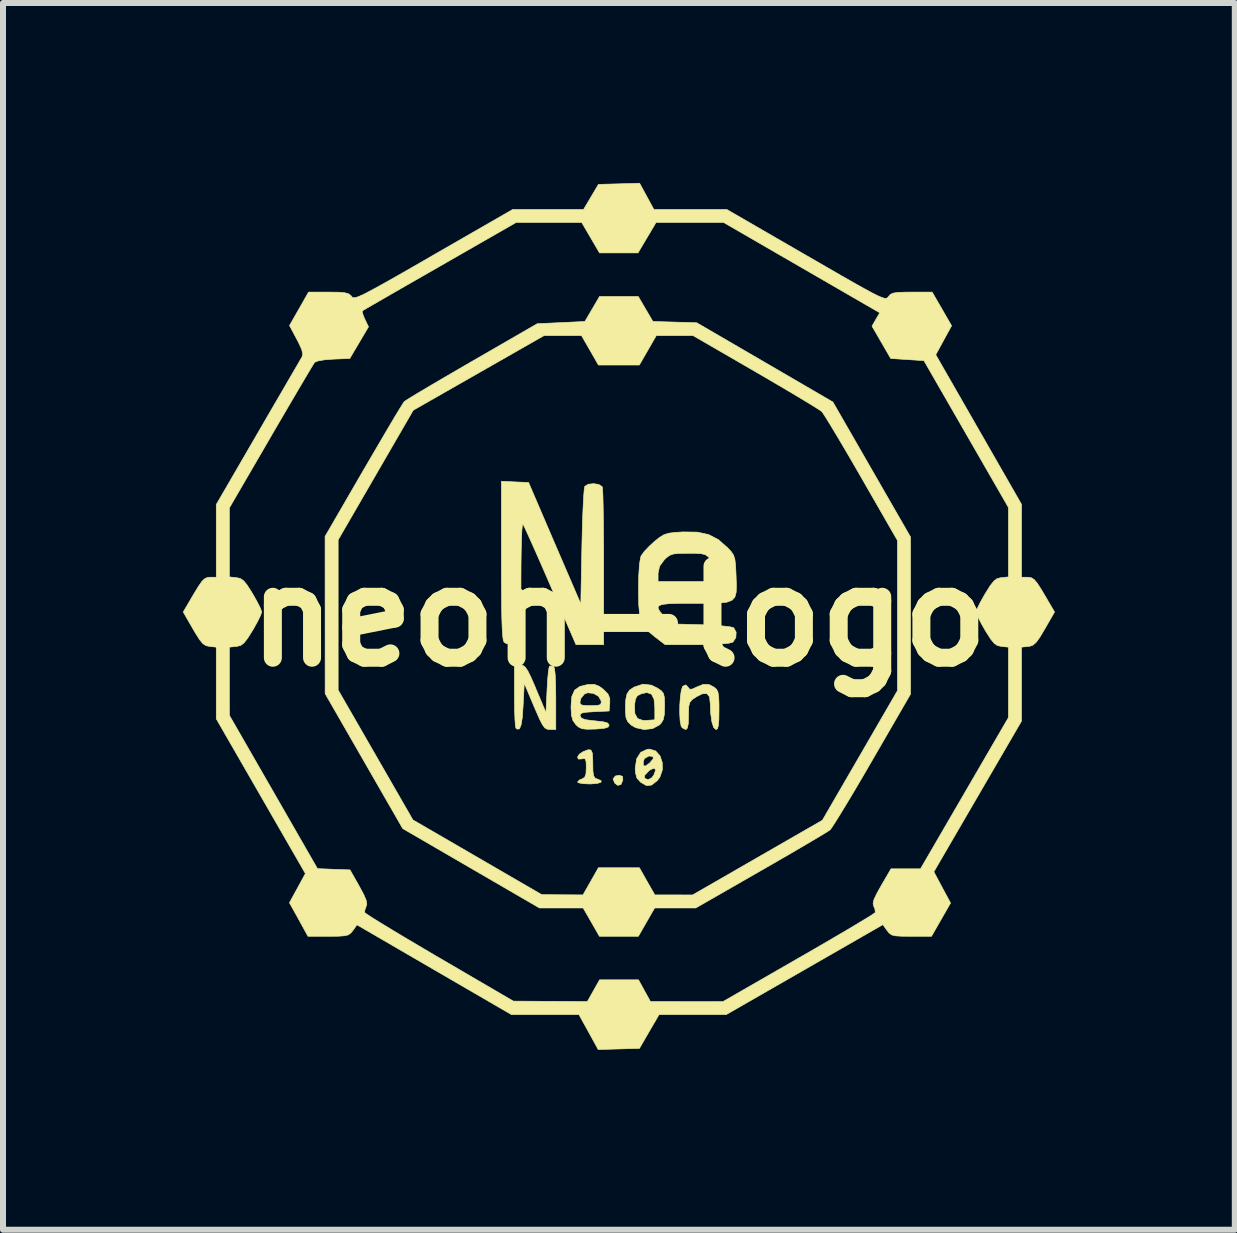
<source format=kicad_pcb>
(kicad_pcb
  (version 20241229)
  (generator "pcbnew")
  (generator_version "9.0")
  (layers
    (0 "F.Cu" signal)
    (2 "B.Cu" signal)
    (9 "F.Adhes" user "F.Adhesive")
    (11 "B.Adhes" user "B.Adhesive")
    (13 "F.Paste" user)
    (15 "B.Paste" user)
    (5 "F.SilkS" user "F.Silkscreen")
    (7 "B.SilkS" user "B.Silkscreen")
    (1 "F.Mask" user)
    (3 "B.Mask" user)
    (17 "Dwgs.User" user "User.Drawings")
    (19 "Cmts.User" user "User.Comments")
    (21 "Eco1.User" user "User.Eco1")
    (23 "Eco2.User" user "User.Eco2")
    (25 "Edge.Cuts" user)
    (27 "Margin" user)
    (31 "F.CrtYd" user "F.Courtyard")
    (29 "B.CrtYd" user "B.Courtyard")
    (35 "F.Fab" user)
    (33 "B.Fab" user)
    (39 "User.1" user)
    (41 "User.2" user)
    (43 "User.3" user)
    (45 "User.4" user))
  (footprint "neon-logo"
    (layer "F.Cu")
    (at 7.269 7.227)
    (property "Reference" "neon-logo" (at 0 0 0) (layer "F.SilkS") (effects (font (size 1.524 1.524) (thickness 0.3))))
    (attr through_hole)
    (fp_poly (pts (xy 0.06 2.667) (xy 0.066 2.728) (xy 0.034 2.804) (xy -0.02 2.817) (xy -0.07 2.779) (xy -0.097 2.71) (xy -0.06 2.662) (xy 0.005 2.649) (xy 0.06 2.667)) (stroke (width 0.01) (type solid)) (fill yes) (layer "F.SilkS"))
    (fp_poly (pts (xy -0.467 2.228) (xy -0.443 2.279) (xy -0.436 2.387) (xy -0.435 2.453) (xy -0.433 2.583) (xy -0.421 2.659) (xy -0.396 2.697) (xy -0.363 2.711) (xy -0.297 2.738) (xy -0.297 2.764) (xy -0.355 2.784) (xy -0.465 2.794) (xy -0.49 2.794) (xy -0.599 2.789) (xy -0.672 2.775) (xy -0.689 2.762) (xy -0.659 2.728) (xy -0.617 2.711) (xy -0.571 2.685) (xy -0.549 2.627) (xy -0.544 2.523) (xy -0.547 2.421) (xy -0.562 2.376) (xy -0.597 2.371) (xy -0.617 2.377) (xy -0.676 2.379) (xy -0.69 2.347) (xy -0.661 2.299) (xy -0.597 2.256) (xy -0.515 2.224) (xy -0.467 2.228)) (stroke (width 0.01) (type solid)) (fill yes) (layer "F.SilkS"))
    (fp_poly (pts (xy -1.645 0.805) (xy -1.6 0.817) (xy -1.56 0.848) (xy -1.519 0.909) (xy -1.467 1.013) (xy -1.398 1.171) (xy -1.382 1.211) (xy -1.216 1.605) (xy -1.197 1.211) (xy -1.188 1.053) (xy -1.176 0.926) (xy -1.163 0.846) (xy -1.152 0.826) (xy -1.092 0.835) (xy -1.089 0.835) (xy -1.074 0.87) (xy -1.062 0.971) (xy -1.055 1.132) (xy -1.052 1.345) (xy -1.052 1.361) (xy -1.052 1.887) (xy -1.152 1.886) (xy -1.197 1.881) (xy -1.235 1.859) (xy -1.274 1.808) (xy -1.321 1.716) (xy -1.384 1.573) (xy -1.415 1.501) (xy -1.578 1.115) (xy -1.597 1.489) (xy -1.61 1.684) (xy -1.631 1.811) (xy -1.658 1.875) (xy -1.696 1.88) (xy -1.717 1.863) (xy -1.726 1.82) (xy -1.733 1.718) (xy -1.739 1.57) (xy -1.741 1.391) (xy -1.742 1.316) (xy -1.742 0.793) (xy -1.645 0.805)) (stroke (width 0.01) (type solid)) (fill yes) (layer "F.SilkS"))
    (fp_poly (pts (xy 0.543 1.147) (xy 0.644 1.197) (xy 0.708 1.241) (xy 0.744 1.287) (xy 0.759 1.358) (xy 0.762 1.476) (xy 0.762 1.499) (xy 0.758 1.634) (xy 0.74 1.721) (xy 0.703 1.782) (xy 0.678 1.808) (xy 0.562 1.871) (xy 0.42 1.887) (xy 0.278 1.855) (xy 0.204 1.812) (xy 0.147 1.755) (xy 0.118 1.687) (xy 0.109 1.58) (xy 0.109 1.542) (xy 0.111 1.482) (xy 0.261 1.482) (xy 0.266 1.621) (xy 0.311 1.703) (xy 0.401 1.735) (xy 0.469 1.734) (xy 0.599 1.724) (xy 0.599 1.528) (xy 0.586 1.38) (xy 0.543 1.296) (xy 0.466 1.27) (xy 0.374 1.29) (xy 0.307 1.324) (xy 0.275 1.381) (xy 0.261 1.482) (xy 0.111 1.482) (xy 0.114 1.391) (xy 0.135 1.293) (xy 0.179 1.228) (xy 0.255 1.179) (xy 0.257 1.178) (xy 0.403 1.13) (xy 0.543 1.147)) (stroke (width 0.01) (type solid)) (fill yes) (layer "F.SilkS"))
    (fp_poly (pts (xy 0.613 2.244) (xy 0.685 2.325) (xy 0.723 2.437) (xy 0.724 2.562) (xy 0.683 2.681) (xy 0.637 2.741) (xy 0.544 2.813) (xy 0.461 2.822) (xy 0.365 2.767) (xy 0.358 2.761) (xy 0.303 2.698) (xy 0.426 2.698) (xy 0.479 2.721) (xy 0.491 2.721) (xy 0.546 2.693) (xy 0.582 2.647) (xy 0.612 2.563) (xy 0.593 2.53) (xy 0.529 2.554) (xy 0.498 2.577) (xy 0.432 2.646) (xy 0.426 2.698) (xy 0.303 2.698) (xy 0.3 2.694) (xy 0.275 2.602) (xy 0.272 2.529) (xy 0.289 2.422) (xy 0.406 2.422) (xy 0.408 2.489) (xy 0.444 2.495) (xy 0.514 2.444) (xy 0.572 2.375) (xy 0.568 2.335) (xy 0.502 2.328) (xy 0.499 2.329) (xy 0.426 2.37) (xy 0.406 2.422) (xy 0.289 2.422) (xy 0.296 2.374) (xy 0.364 2.267) (xy 0.471 2.217) (xy 0.512 2.213) (xy 0.613 2.244)) (stroke (width 0.01) (type solid)) (fill yes) (layer "F.SilkS"))
    (fp_poly (pts (xy 1.503 1.136) (xy 1.588 1.181) (xy 1.627 1.215) (xy 1.651 1.261) (xy 1.664 1.336) (xy 1.669 1.457) (xy 1.669 1.562) (xy 1.667 1.725) (xy 1.658 1.825) (xy 1.641 1.876) (xy 1.619 1.887) (xy 1.58 1.853) (xy 1.55 1.758) (xy 1.53 1.613) (xy 1.524 1.459) (xy 1.511 1.341) (xy 1.466 1.286) (xy 1.386 1.292) (xy 1.289 1.342) (xy 1.22 1.389) (xy 1.182 1.434) (xy 1.165 1.502) (xy 1.161 1.614) (xy 1.161 1.654) (xy 1.157 1.788) (xy 1.142 1.862) (xy 1.115 1.887) (xy 1.111 1.887) (xy 1.055 1.857) (xy 1.038 1.829) (xy 1.021 1.745) (xy 1.014 1.621) (xy 1.015 1.48) (xy 1.025 1.343) (xy 1.041 1.232) (xy 1.063 1.168) (xy 1.067 1.164) (xy 1.117 1.142) (xy 1.151 1.179) (xy 1.181 1.215) (xy 1.224 1.212) (xy 1.29 1.181) (xy 1.409 1.133) (xy 1.503 1.136)) (stroke (width 0.01) (type solid)) (fill yes) (layer "F.SilkS"))
    (fp_poly (pts (xy -0.325 1.167) (xy -0.259 1.217) (xy -0.182 1.294) (xy -0.152 1.368) (xy -0.152 1.447) (xy -0.163 1.578) (xy -0.411 1.589) (xy -0.542 1.598) (xy -0.616 1.611) (xy -0.645 1.634) (xy -0.646 1.662) (xy -0.623 1.698) (xy -0.56 1.722) (xy -0.443 1.738) (xy -0.399 1.742) (xy -0.264 1.757) (xy -0.189 1.778) (xy -0.164 1.809) (xy -0.163 1.814) (xy -0.181 1.846) (xy -0.243 1.866) (xy -0.362 1.877) (xy -0.4 1.879) (xy -0.534 1.882) (xy -0.618 1.872) (xy -0.676 1.843) (xy -0.718 1.804) (xy -0.766 1.737) (xy -0.791 1.65) (xy -0.798 1.519) (xy -0.798 1.5) (xy -0.791 1.41) (xy -0.647 1.41) (xy -0.647 1.456) (xy -0.618 1.479) (xy -0.543 1.487) (xy -0.472 1.488) (xy -0.363 1.485) (xy -0.309 1.472) (xy -0.294 1.44) (xy -0.297 1.407) (xy -0.339 1.333) (xy -0.424 1.284) (xy -0.52 1.274) (xy -0.573 1.293) (xy -0.629 1.359) (xy -0.647 1.41) (xy -0.791 1.41) (xy -0.785 1.337) (xy -0.739 1.231) (xy -0.651 1.168) (xy -0.518 1.136) (xy -0.411 1.133) (xy -0.325 1.167)) (stroke (width 0.01) (type solid)) (fill yes) (layer "F.SilkS"))
    (fp_poly (pts (xy -1.733 -2.242) (xy -1.506 -2.232) (xy -1.071 -1.219) (xy -0.635 -0.207) (xy -0.617 -1.165) (xy -0.611 -1.423) (xy -0.604 -1.658) (xy -0.595 -1.86) (xy -0.586 -2.02) (xy -0.577 -2.126) (xy -0.569 -2.168) (xy -0.512 -2.203) (xy -0.422 -2.213) (xy -0.334 -2.199) (xy -0.279 -2.162) (xy -0.276 -2.156) (xy -0.271 -2.107) (xy -0.266 -1.995) (xy -0.262 -1.827) (xy -0.259 -1.613) (xy -0.256 -1.36) (xy -0.254 -1.079) (xy -0.254 -0.813) (xy -0.254 0.472) (xy -0.715 0.472) (xy -1.143 -0.517) (xy -1.252 -0.768) (xy -1.353 -0.998) (xy -1.442 -1.198) (xy -1.515 -1.36) (xy -1.568 -1.475) (xy -1.598 -1.535) (xy -1.602 -1.54) (xy -1.61 -1.515) (xy -1.618 -1.426) (xy -1.624 -1.281) (xy -1.629 -1.089) (xy -1.632 -0.858) (xy -1.633 -0.597) (xy -1.633 -0.595) (xy -1.633 -0.289) (xy -1.635 -0.048) (xy -1.64 0.136) (xy -1.649 0.271) (xy -1.663 0.363) (xy -1.683 0.422) (xy -1.711 0.455) (xy -1.747 0.469) (xy -1.793 0.472) (xy -1.796 0.472) (xy -1.879 0.452) (xy -1.916 0.428) (xy -1.928 0.395) (xy -1.938 0.32) (xy -1.946 0.198) (xy -1.952 0.024) (xy -1.956 -0.207) (xy -1.958 -0.5) (xy -1.959 -0.859) (xy -1.959 -0.934) (xy -1.959 -2.253) (xy -1.733 -2.242)) (stroke (width 0.01) (type solid)) (fill yes) (layer "F.SilkS"))
    (fp_poly (pts (xy 1.304 -1.405) (xy 1.494 -1.365) (xy 1.658 -1.28) (xy 1.815 -1.142) (xy 1.816 -1.141) (xy 1.875 -1.077) (xy 1.912 -1.02) (xy 1.934 -0.95) (xy 1.946 -0.849) (xy 1.953 -0.696) (xy 1.954 -0.675) (xy 1.959 -0.519) (xy 1.956 -0.404) (xy 1.934 -0.322) (xy 1.886 -0.269) (xy 1.802 -0.237) (xy 1.672 -0.223) (xy 1.488 -0.218) (xy 1.249 -0.218) (xy 1.011 -0.217) (xy 0.839 -0.212) (xy 0.727 -0.2) (xy 0.666 -0.177) (xy 0.652 -0.142) (xy 0.677 -0.09) (xy 0.734 -0.019) (xy 0.758 0.007) (xy 0.863 0.125) (xy 1.366 0.139) (xy 1.552 0.147) (xy 1.714 0.158) (xy 1.837 0.171) (xy 1.906 0.186) (xy 1.914 0.19) (xy 1.955 0.263) (xy 1.95 0.354) (xy 1.903 0.426) (xy 1.889 0.434) (xy 1.828 0.448) (xy 1.709 0.459) (xy 1.547 0.467) (xy 1.357 0.471) (xy 1.296 0.472) (xy 0.772 0.472) (xy 0.604 0.343) (xy 0.499 0.257) (xy 0.424 0.175) (xy 0.375 0.083) (xy 0.345 -0.035) (xy 0.331 -0.192) (xy 0.327 -0.404) (xy 0.327 -0.461) (xy 0.331 -0.693) (xy 0.333 -0.71) (xy 0.653 -0.71) (xy 0.653 -0.581) (xy 1.633 -0.581) (xy 1.633 -0.705) (xy 1.598 -0.851) (xy 1.539 -0.941) (xy 1.488 -0.996) (xy 1.438 -1.03) (xy 1.369 -1.046) (xy 1.261 -1.052) (xy 1.155 -1.052) (xy 1.008 -1.05) (xy 0.912 -1.041) (xy 0.847 -1.018) (xy 0.791 -0.977) (xy 0.759 -0.946) (xy 0.679 -0.838) (xy 0.653 -0.719) (xy 0.653 -0.71) (xy 0.333 -0.71) (xy 0.343 -0.869) (xy 0.362 -0.983) (xy 0.372 -1.012) (xy 0.424 -1.083) (xy 0.512 -1.175) (xy 0.59 -1.246) (xy 0.679 -1.318) (xy 0.752 -1.362) (xy 0.833 -1.387) (xy 0.945 -1.401) (xy 1.069 -1.408) (xy 1.304 -1.405)) (stroke (width 0.01) (type solid)) (fill yes) (layer "F.SilkS"))
    (fp_poly (pts (xy 0.445 -5.125) (xy 0.567 -4.917) (xy 1.297 -4.896) (xy 2.433 -4.235) (xy 3.568 -3.574) (xy 4.215 -2.449) (xy 4.862 -1.324) (xy 4.862 1.297) (xy 4.224 2.399) (xy 4.073 2.659) (xy 3.931 2.9) (xy 3.803 3.114) (xy 3.693 3.295) (xy 3.606 3.435) (xy 3.547 3.525) (xy 3.522 3.558) (xy 3.476 3.589) (xy 3.375 3.651) (xy 3.226 3.74) (xy 3.037 3.851) (xy 2.817 3.98) (xy 2.572 4.121) (xy 2.369 4.238) (xy 1.281 4.862) (xy 0.596 4.862) (xy 0.46 5.098) (xy 0.325 5.334) (xy -0.325 5.334) (xy -0.46 5.098) (xy -0.596 4.862) (xy -1.325 4.862) (xy -3.604 3.538) (xy -4.251 2.413) (xy -4.898 1.288) (xy -4.899 -1.275) (xy -4.681 -1.275) (xy -4.681 1.228) (xy -4.058 2.31) (xy -3.435 3.393) (xy -1.288 4.639) (xy -0.943 4.642) (xy -0.599 4.644) (xy -0.47 4.418) (xy -0.342 4.191) (xy 0.342 4.191) (xy 0.47 4.418) (xy 0.599 4.644) (xy 0.913 4.644) (xy 1.228 4.645) (xy 2.31 4.022) (xy 3.393 3.399) (xy 4.019 2.319) (xy 4.645 1.238) (xy 4.645 -1.265) (xy 4.044 -2.311) (xy 3.898 -2.564) (xy 3.761 -2.798) (xy 3.638 -3.006) (xy 3.533 -3.18) (xy 3.452 -3.312) (xy 3.399 -3.393) (xy 3.382 -3.416) (xy 3.336 -3.448) (xy 3.236 -3.511) (xy 3.088 -3.601) (xy 2.901 -3.713) (xy 2.683 -3.842) (xy 2.442 -3.983) (xy 2.279 -4.078) (xy 1.237 -4.681) (xy 0.93 -4.681) (xy 0.623 -4.681) (xy 0.482 -4.436) (xy 0.341 -4.191) (xy -0.341 -4.191) (xy -0.482 -4.436) (xy -0.623 -4.681) (xy -0.936 -4.681) (xy -1.25 -4.681) (xy -2.339 -4.059) (xy -3.429 -3.437) (xy -4.055 -2.356) (xy -4.681 -1.275) (xy -4.899 -1.275) (xy -4.899 -1.333) (xy -4.26 -2.436) (xy -4.109 -2.694) (xy -3.969 -2.933) (xy -3.844 -3.146) (xy -3.738 -3.325) (xy -3.655 -3.462) (xy -3.6 -3.55) (xy -3.579 -3.581) (xy -3.539 -3.608) (xy -3.443 -3.668) (xy -3.3 -3.754) (xy -3.116 -3.863) (xy -2.899 -3.99) (xy -2.657 -4.131) (xy -2.449 -4.252) (xy -1.361 -4.88) (xy -0.964 -4.898) (xy -0.567 -4.917) (xy -0.445 -5.125) (xy -0.323 -5.334) (xy 0.323 -5.334) (xy 0.445 -5.125)) (stroke (width 0.01) (type solid)) (fill yes) (layer "F.SilkS"))
    (fp_poly (pts (xy 0.464 -7.004) (xy 0.583 -6.785) (xy 1.798 -6.785) (xy 3.121 -6.02) (xy 3.444 -5.834) (xy 3.71 -5.68) (xy 3.924 -5.558) (xy 4.094 -5.463) (xy 4.223 -5.393) (xy 4.319 -5.345) (xy 4.387 -5.316) (xy 4.433 -5.303) (xy 4.462 -5.304) (xy 4.481 -5.314) (xy 4.494 -5.331) (xy 4.525 -5.367) (xy 4.571 -5.389) (xy 4.647 -5.401) (xy 4.769 -5.406) (xy 4.884 -5.407) (xy 5.223 -5.407) (xy 5.385 -5.127) (xy 5.547 -4.846) (xy 5.415 -4.604) (xy 5.283 -4.362) (xy 6.713 -1.868) (xy 6.713 -1.261) (xy 6.713 -0.653) (xy 6.818 -0.653) (xy 6.872 -0.646) (xy 6.92 -0.618) (xy 6.973 -0.557) (xy 7.042 -0.45) (xy 7.094 -0.363) (xy 7.264 -0.073) (xy 7.102 0.208) (xy 7.02 0.346) (xy 6.959 0.431) (xy 6.907 0.477) (xy 6.853 0.498) (xy 6.826 0.501) (xy 6.713 0.513) (xy 6.713 1.746) (xy 5.982 3.002) (xy 5.251 4.259) (xy 5.39 4.519) (xy 5.53 4.779) (xy 5.212 5.334) (xy 4.877 5.334) (xy 4.718 5.333) (xy 4.615 5.327) (xy 4.551 5.312) (xy 4.509 5.283) (xy 4.472 5.238) (xy 4.471 5.237) (xy 4.401 5.14) (xy 3.095 5.89) (xy 1.789 6.64) (xy 0.67 6.64) (xy 0.506 6.921) (xy 0.343 7.203) (xy -0.345 7.222) (xy -0.505 6.931) (xy -0.666 6.64) (xy -1.791 6.64) (xy -3.079 5.892) (xy -4.367 5.143) (xy -4.436 5.239) (xy -4.473 5.283) (xy -4.514 5.311) (xy -4.578 5.326) (xy -4.681 5.333) (xy -4.838 5.334) (xy -4.845 5.334) (xy -5.184 5.334) (xy -5.338 5.054) (xy -5.493 4.775) (xy -5.227 4.288) (xy -5.97 2.998) (xy -6.713 1.708) (xy -6.713 0.513) (xy -6.826 0.501) (xy -6.885 0.488) (xy -6.937 0.454) (xy -6.992 0.387) (xy -7.064 0.273) (xy -7.102 0.208) (xy -7.264 -0.073) (xy -7.094 -0.363) (xy -7.01 -0.501) (xy -6.949 -0.588) (xy -6.9 -0.633) (xy -6.851 -0.651) (xy -6.818 -0.653) (xy -6.713 -0.653) (xy -6.713 -0.658) (xy -6.495 -0.658) (xy -6.379 -0.646) (xy -6.315 -0.633) (xy -6.26 -0.597) (xy -6.201 -0.526) (xy -6.125 -0.407) (xy -6.109 -0.381) (xy -6.038 -0.256) (xy -5.984 -0.15) (xy -5.957 -0.082) (xy -5.956 -0.073) (xy -5.974 -0.017) (xy -6.021 0.08) (xy -6.089 0.202) (xy -6.109 0.236) (xy -6.19 0.365) (xy -6.251 0.443) (xy -6.305 0.484) (xy -6.367 0.5) (xy -6.379 0.501) (xy -6.495 0.513) (xy -6.495 1.082) (xy -6.494 1.651) (xy -5.76 2.928) (xy -5.026 4.206) (xy -4.754 4.217) (xy -4.483 4.227) (xy -4.33 4.497) (xy -4.254 4.639) (xy -4.213 4.735) (xy -4.203 4.799) (xy -4.214 4.835) (xy -4.238 4.906) (xy -4.238 4.939) (xy -4.205 4.964) (xy -4.116 5.022) (xy -3.978 5.108) (xy -3.797 5.218) (xy -3.581 5.348) (xy -3.336 5.493) (xy -3.069 5.651) (xy -2.993 5.695) (xy -1.76 6.415) (xy -0.526 6.422) (xy -0.424 6.241) (xy -0.322 6.06) (xy 0.327 6.06) (xy 0.426 6.241) (xy 0.526 6.422) (xy 1.735 6.423) (xy 2.999 5.696) (xy 3.275 5.537) (xy 3.531 5.388) (xy 3.76 5.254) (xy 3.955 5.138) (xy 4.109 5.045) (xy 4.217 4.978) (xy 4.27 4.941) (xy 4.275 4.936) (xy 4.269 4.88) (xy 4.249 4.833) (xy 4.238 4.786) (xy 4.253 4.72) (xy 4.3 4.621) (xy 4.375 4.487) (xy 4.537 4.209) (xy 5.029 4.209) (xy 5.762 2.948) (xy 6.495 1.687) (xy 6.495 0.513) (xy 6.379 0.501) (xy 6.315 0.488) (xy 6.26 0.452) (xy 6.201 0.381) (xy 6.125 0.262) (xy 6.109 0.236) (xy 6.038 0.111) (xy 5.984 0.005) (xy 5.957 -0.063) (xy 5.956 -0.073) (xy 5.974 -0.128) (xy 6.021 -0.225) (xy 6.089 -0.347) (xy 6.109 -0.381) (xy 6.19 -0.51) (xy 6.251 -0.588) (xy 6.305 -0.629) (xy 6.367 -0.645) (xy 6.379 -0.646) (xy 6.495 -0.658) (xy 6.495 -1.816) (xy 5.086 -4.264) (xy 4.532 -4.3) (xy 4.376 -4.57) (xy 4.22 -4.839) (xy 4.284 -4.951) (xy 4.349 -5.062) (xy 3.047 -5.815) (xy 1.745 -6.568) (xy 0.62 -6.568) (xy 0.469 -6.314) (xy 0.318 -6.06) (xy -0.323 -6.06) (xy -0.62 -6.568) (xy -1.713 -6.568) (xy -2.988 -5.837) (xy -3.265 -5.678) (xy -3.523 -5.53) (xy -3.753 -5.398) (xy -3.95 -5.284) (xy -4.107 -5.194) (xy -4.217 -5.13) (xy -4.273 -5.097) (xy -4.279 -5.093) (xy -4.275 -5.055) (xy -4.246 -4.977) (xy -4.235 -4.954) (xy -4.175 -4.828) (xy -4.487 -4.3) (xy -4.762 -4.289) (xy -4.907 -4.278) (xy -5.017 -4.259) (xy -5.073 -4.236) (xy -5.073 -4.235) (xy -5.099 -4.195) (xy -5.157 -4.099) (xy -5.243 -3.954) (xy -5.353 -3.768) (xy -5.482 -3.548) (xy -5.626 -3.302) (xy -5.782 -3.035) (xy -5.802 -3) (xy -6.495 -1.808) (xy -6.495 -1.233) (xy -6.495 -0.658) (xy -6.713 -0.658) (xy -6.713 -1.865) (xy -6.017 -3.064) (xy -5.86 -3.335) (xy -5.713 -3.587) (xy -5.581 -3.814) (xy -5.468 -4.009) (xy -5.378 -4.163) (xy -5.316 -4.27) (xy -5.285 -4.323) (xy -5.283 -4.326) (xy -5.271 -4.376) (xy -5.289 -4.452) (xy -5.342 -4.567) (xy -5.369 -4.618) (xy -5.492 -4.849) (xy -5.333 -5.128) (xy -5.174 -5.407) (xy -4.841 -5.407) (xy -4.68 -5.405) (xy -4.575 -5.397) (xy -4.51 -5.38) (xy -4.471 -5.352) (xy -4.458 -5.336) (xy -4.444 -5.32) (xy -4.422 -5.313) (xy -4.388 -5.316) (xy -4.336 -5.334) (xy -4.259 -5.368) (xy -4.153 -5.423) (xy -4.011 -5.5) (xy -3.827 -5.603) (xy -3.596 -5.734) (xy -3.312 -5.897) (xy -3.089 -6.026) (xy -1.77 -6.785) (xy -0.589 -6.785) (xy -0.465 -6.994) (xy -0.341 -7.203) (xy 0.002 -7.212) (xy 0.345 -7.222) (xy 0.464 -7.004)) (stroke (width 0.01) (type solid)) (fill yes) (layer "F.SilkS")))
  (gr_rect
    (start -3 -3)
    (end 17.538 17.454)
    (stroke (width 0.1) (type default))
    (fill no)
    (layer "Edge.Cuts")))
</source>
